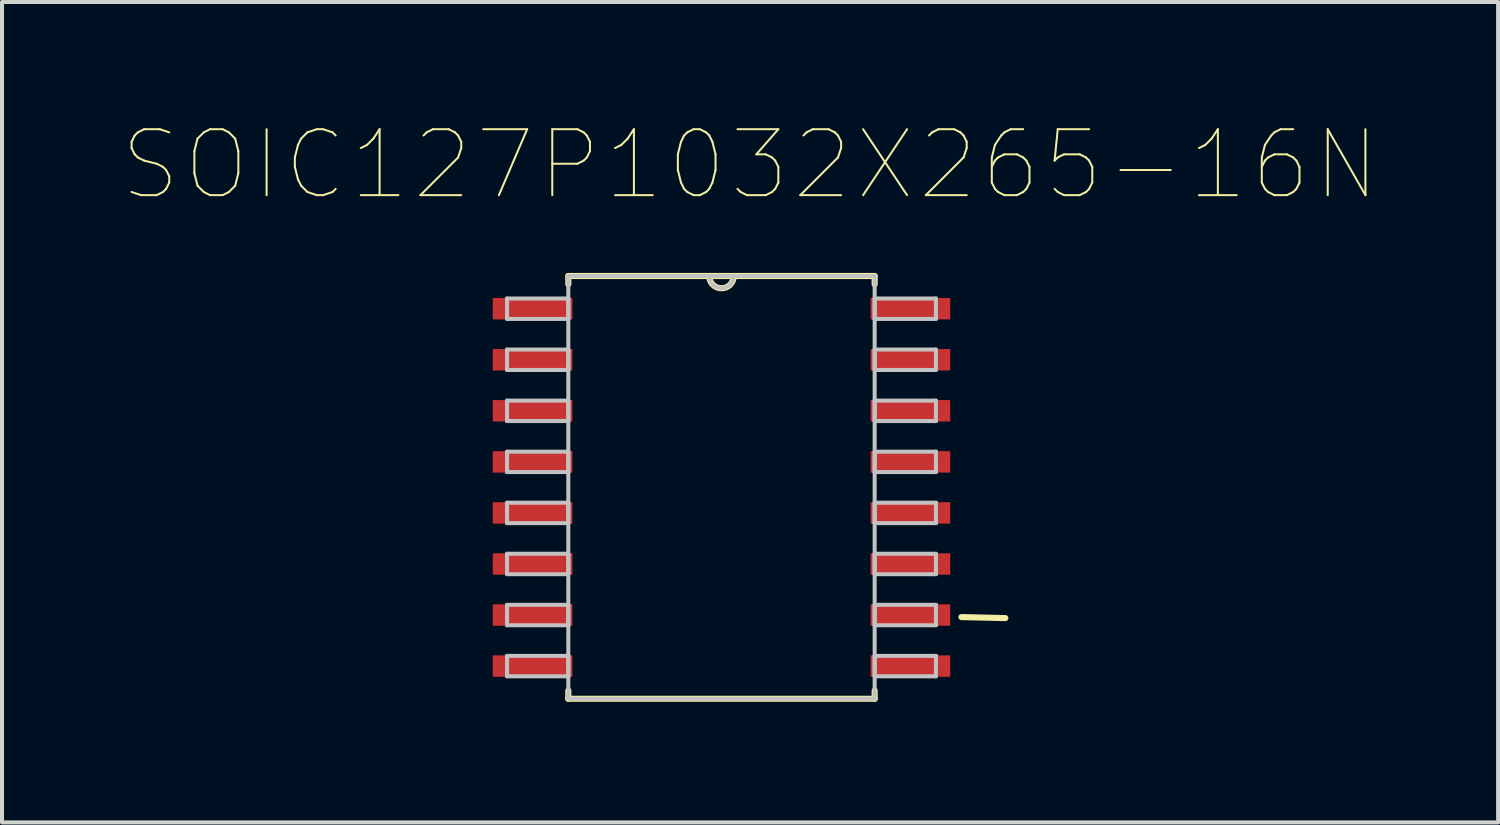
<source format=kicad_pcb>
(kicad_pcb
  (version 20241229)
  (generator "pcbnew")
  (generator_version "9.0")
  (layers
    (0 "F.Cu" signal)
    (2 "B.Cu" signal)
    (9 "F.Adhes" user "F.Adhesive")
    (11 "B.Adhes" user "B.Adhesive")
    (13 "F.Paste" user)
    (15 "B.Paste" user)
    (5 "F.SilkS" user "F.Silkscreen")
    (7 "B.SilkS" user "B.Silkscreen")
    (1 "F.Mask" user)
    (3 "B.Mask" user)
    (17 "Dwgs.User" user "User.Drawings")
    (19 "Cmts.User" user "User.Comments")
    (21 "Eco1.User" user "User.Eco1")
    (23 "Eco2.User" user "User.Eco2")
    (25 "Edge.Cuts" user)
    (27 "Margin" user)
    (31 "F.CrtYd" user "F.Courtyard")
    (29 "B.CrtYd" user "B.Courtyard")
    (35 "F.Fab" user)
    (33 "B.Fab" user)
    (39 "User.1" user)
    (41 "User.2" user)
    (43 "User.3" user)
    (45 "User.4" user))
  (footprint "SOIC127P1032X265-16N"
    (layer "F.Cu")
    (at 14.897 9.074)
    (property "Reference" "SOIC127P1032X265-16N" (at 0.711 -8.026 0) (layer "F.SilkS") (effects (font (size 1.64 1.64) (thickness 0.05))))
    (attr smd)
    (fp_line (start -3.81 -5.258) (end -3.81 -5.055) (stroke (width 0.152) (type solid)) (layer "F.SilkS"))
    (fp_line (start -3.81 5.055) (end -3.81 5.258) (stroke (width 0.152) (type solid)) (layer "F.SilkS"))
    (fp_line (start -3.81 5.258) (end 3.81 5.258) (stroke (width 0.152) (type solid)) (layer "F.SilkS"))
    (fp_line (start -0.305 -5.258) (end -3.81 -5.258) (stroke (width 0.152) (type solid)) (layer "F.SilkS"))
    (fp_line (start 0.305 -5.258) (end -0.305 -5.258) (stroke (width 0.152) (type solid)) (layer "F.SilkS"))
    (fp_line (start 3.81 -5.258) (end 0.305 -5.258) (stroke (width 0.152) (type solid)) (layer "F.SilkS"))
    (fp_line (start 3.81 -5.055) (end 3.81 -5.258) (stroke (width 0.152) (type solid)) (layer "F.SilkS"))
    (fp_line (start 3.81 5.258) (end 3.81 5.055) (stroke (width 0.152) (type solid)) (layer "F.SilkS"))
    (fp_line (start 5.969 3.226) (end 7.061 3.251) (stroke (width 0.152) (type solid)) (layer "F.SilkS"))
    (fp_arc (start 0.3048 -5.2578) (mid 0 -4.953) (end -0.3048 -5.2578) (stroke (width 0.1524) (type solid)) (layer "F.SilkS"))
    (fp_line (start -5.334 -4.699) (end -5.334 -4.191) (stroke (width 0.1) (type solid)) (layer "Dwgs.User"))
    (fp_line (start -5.334 -4.191) (end -3.81 -4.191) (stroke (width 0.1) (type solid)) (layer "Dwgs.User"))
    (fp_line (start -5.334 -3.429) (end -5.334 -2.921) (stroke (width 0.1) (type solid)) (layer "Dwgs.User"))
    (fp_line (start -5.334 -2.921) (end -3.81 -2.921) (stroke (width 0.1) (type solid)) (layer "Dwgs.User"))
    (fp_line (start -5.334 -2.159) (end -5.334 -1.651) (stroke (width 0.1) (type solid)) (layer "Dwgs.User"))
    (fp_line (start -5.334 -1.651) (end -3.81 -1.651) (stroke (width 0.1) (type solid)) (layer "Dwgs.User"))
    (fp_line (start -5.334 -0.889) (end -5.334 -0.381) (stroke (width 0.1) (type solid)) (layer "Dwgs.User"))
    (fp_line (start -5.334 -0.381) (end -3.81 -0.381) (stroke (width 0.1) (type solid)) (layer "Dwgs.User"))
    (fp_line (start -5.334 0.381) (end -5.334 0.889) (stroke (width 0.1) (type solid)) (layer "Dwgs.User"))
    (fp_line (start -5.334 0.889) (end -3.81 0.889) (stroke (width 0.1) (type solid)) (layer "Dwgs.User"))
    (fp_line (start -5.334 1.651) (end -5.334 2.159) (stroke (width 0.1) (type solid)) (layer "Dwgs.User"))
    (fp_line (start -5.334 2.159) (end -3.81 2.159) (stroke (width 0.1) (type solid)) (layer "Dwgs.User"))
    (fp_line (start -5.334 2.921) (end -5.334 3.429) (stroke (width 0.1) (type solid)) (layer "Dwgs.User"))
    (fp_line (start -5.334 3.429) (end -3.81 3.429) (stroke (width 0.1) (type solid)) (layer "Dwgs.User"))
    (fp_line (start -5.334 4.191) (end -5.334 4.699) (stroke (width 0.1) (type solid)) (layer "Dwgs.User"))
    (fp_line (start -5.334 4.699) (end -3.81 4.699) (stroke (width 0.1) (type solid)) (layer "Dwgs.User"))
    (fp_line (start -3.81 -5.258) (end -3.81 5.258) (stroke (width 0.1) (type solid)) (layer "Dwgs.User"))
    (fp_line (start -3.81 -4.699) (end -5.334 -4.699) (stroke (width 0.1) (type solid)) (layer "Dwgs.User"))
    (fp_line (start -3.81 -4.191) (end -3.81 -4.699) (stroke (width 0.1) (type solid)) (layer "Dwgs.User"))
    (fp_line (start -3.81 -3.429) (end -5.334 -3.429) (stroke (width 0.1) (type solid)) (layer "Dwgs.User"))
    (fp_line (start -3.81 -2.921) (end -3.81 -3.429) (stroke (width 0.1) (type solid)) (layer "Dwgs.User"))
    (fp_line (start -3.81 -2.159) (end -5.334 -2.159) (stroke (width 0.1) (type solid)) (layer "Dwgs.User"))
    (fp_line (start -3.81 -1.651) (end -3.81 -2.159) (stroke (width 0.1) (type solid)) (layer "Dwgs.User"))
    (fp_line (start -3.81 -0.889) (end -5.334 -0.889) (stroke (width 0.1) (type solid)) (layer "Dwgs.User"))
    (fp_line (start -3.81 -0.381) (end -3.81 -0.889) (stroke (width 0.1) (type solid)) (layer "Dwgs.User"))
    (fp_line (start -3.81 0.381) (end -5.334 0.381) (stroke (width 0.1) (type solid)) (layer "Dwgs.User"))
    (fp_line (start -3.81 0.889) (end -3.81 0.381) (stroke (width 0.1) (type solid)) (layer "Dwgs.User"))
    (fp_line (start -3.81 1.651) (end -5.334 1.651) (stroke (width 0.1) (type solid)) (layer "Dwgs.User"))
    (fp_line (start -3.81 2.159) (end -3.81 1.651) (stroke (width 0.1) (type solid)) (layer "Dwgs.User"))
    (fp_line (start -3.81 2.921) (end -5.334 2.921) (stroke (width 0.1) (type solid)) (layer "Dwgs.User"))
    (fp_line (start -3.81 3.429) (end -3.81 2.921) (stroke (width 0.1) (type solid)) (layer "Dwgs.User"))
    (fp_line (start -3.81 4.191) (end -5.334 4.191) (stroke (width 0.1) (type solid)) (layer "Dwgs.User"))
    (fp_line (start -3.81 4.699) (end -3.81 4.191) (stroke (width 0.1) (type solid)) (layer "Dwgs.User"))
    (fp_line (start -3.81 5.258) (end 3.81 5.258) (stroke (width 0.1) (type solid)) (layer "Dwgs.User"))
    (fp_line (start -0.305 -5.258) (end -3.81 -5.258) (stroke (width 0.1) (type solid)) (layer "Dwgs.User"))
    (fp_line (start 0.305 -5.258) (end -0.305 -5.258) (stroke (width 0.1) (type solid)) (layer "Dwgs.User"))
    (fp_line (start 3.81 -5.258) (end 0.305 -5.258) (stroke (width 0.1) (type solid)) (layer "Dwgs.User"))
    (fp_line (start 3.81 -4.699) (end 3.81 -4.191) (stroke (width 0.1) (type solid)) (layer "Dwgs.User"))
    (fp_line (start 3.81 -4.191) (end 5.334 -4.191) (stroke (width 0.1) (type solid)) (layer "Dwgs.User"))
    (fp_line (start 3.81 -3.429) (end 3.81 -2.921) (stroke (width 0.1) (type solid)) (layer "Dwgs.User"))
    (fp_line (start 3.81 -2.921) (end 5.334 -2.921) (stroke (width 0.1) (type solid)) (layer "Dwgs.User"))
    (fp_line (start 3.81 -2.159) (end 3.81 -1.651) (stroke (width 0.1) (type solid)) (layer "Dwgs.User"))
    (fp_line (start 3.81 -1.651) (end 5.334 -1.651) (stroke (width 0.1) (type solid)) (layer "Dwgs.User"))
    (fp_line (start 3.81 -0.889) (end 3.81 -0.381) (stroke (width 0.1) (type solid)) (layer "Dwgs.User"))
    (fp_line (start 3.81 -0.381) (end 5.334 -0.381) (stroke (width 0.1) (type solid)) (layer "Dwgs.User"))
    (fp_line (start 3.81 0.381) (end 3.81 0.889) (stroke (width 0.1) (type solid)) (layer "Dwgs.User"))
    (fp_line (start 3.81 0.889) (end 5.334 0.889) (stroke (width 0.1) (type solid)) (layer "Dwgs.User"))
    (fp_line (start 3.81 1.651) (end 3.81 2.159) (stroke (width 0.1) (type solid)) (layer "Dwgs.User"))
    (fp_line (start 3.81 2.159) (end 5.334 2.159) (stroke (width 0.1) (type solid)) (layer "Dwgs.User"))
    (fp_line (start 3.81 2.921) (end 3.81 3.429) (stroke (width 0.1) (type solid)) (layer "Dwgs.User"))
    (fp_line (start 3.81 3.429) (end 5.334 3.429) (stroke (width 0.1) (type solid)) (layer "Dwgs.User"))
    (fp_line (start 3.81 4.191) (end 3.81 4.699) (stroke (width 0.1) (type solid)) (layer "Dwgs.User"))
    (fp_line (start 3.81 4.699) (end 5.334 4.699) (stroke (width 0.1) (type solid)) (layer "Dwgs.User"))
    (fp_line (start 3.81 5.258) (end 3.81 -5.258) (stroke (width 0.1) (type solid)) (layer "Dwgs.User"))
    (fp_line (start 5.334 -4.699) (end 3.81 -4.699) (stroke (width 0.1) (type solid)) (layer "Dwgs.User"))
    (fp_line (start 5.334 -4.191) (end 5.334 -4.699) (stroke (width 0.1) (type solid)) (layer "Dwgs.User"))
    (fp_line (start 5.334 -3.429) (end 3.81 -3.429) (stroke (width 0.1) (type solid)) (layer "Dwgs.User"))
    (fp_line (start 5.334 -2.921) (end 5.334 -3.429) (stroke (width 0.1) (type solid)) (layer "Dwgs.User"))
    (fp_line (start 5.334 -2.159) (end 3.81 -2.159) (stroke (width 0.1) (type solid)) (layer "Dwgs.User"))
    (fp_line (start 5.334 -1.651) (end 5.334 -2.159) (stroke (width 0.1) (type solid)) (layer "Dwgs.User"))
    (fp_line (start 5.334 -0.889) (end 3.81 -0.889) (stroke (width 0.1) (type solid)) (layer "Dwgs.User"))
    (fp_line (start 5.334 -0.381) (end 5.334 -0.889) (stroke (width 0.1) (type solid)) (layer "Dwgs.User"))
    (fp_line (start 5.334 0.381) (end 3.81 0.381) (stroke (width 0.1) (type solid)) (layer "Dwgs.User"))
    (fp_line (start 5.334 0.889) (end 5.334 0.381) (stroke (width 0.1) (type solid)) (layer "Dwgs.User"))
    (fp_line (start 5.334 1.651) (end 3.81 1.651) (stroke (width 0.1) (type solid)) (layer "Dwgs.User"))
    (fp_line (start 5.334 2.159) (end 5.334 1.651) (stroke (width 0.1) (type solid)) (layer "Dwgs.User"))
    (fp_line (start 5.334 2.921) (end 3.81 2.921) (stroke (width 0.1) (type solid)) (layer "Dwgs.User"))
    (fp_line (start 5.334 3.429) (end 5.334 2.921) (stroke (width 0.1) (type solid)) (layer "Dwgs.User"))
    (fp_line (start 5.334 4.191) (end 3.81 4.191) (stroke (width 0.1) (type solid)) (layer "Dwgs.User"))
    (fp_line (start 5.334 4.699) (end 5.334 4.191) (stroke (width 0.1) (type solid)) (layer "Dwgs.User"))
    (fp_arc (start 0.3048 -5.2578) (mid 0 -4.953) (end -0.3048 -5.2578) (stroke (width 0.1) (type solid)) (layer "Dwgs.User"))
    (pad "1" smd rect (at -4.699 -4.445) (size 1.981 0.533) (layers "F.Cu" "F.Mask" "F.Paste"))
    (pad "2" smd rect (at -4.699 -3.175) (size 1.981 0.533) (layers "F.Cu" "F.Mask" "F.Paste"))
    (pad "3" smd rect (at -4.699 -1.905) (size 1.981 0.533) (layers "F.Cu" "F.Mask" "F.Paste"))
    (pad "4" smd rect (at -4.699 -0.635) (size 1.981 0.533) (layers "F.Cu" "F.Mask" "F.Paste"))
    (pad "5" smd rect (at -4.699 0.635) (size 1.981 0.533) (layers "F.Cu" "F.Mask" "F.Paste"))
    (pad "6" smd rect (at -4.699 1.905) (size 1.981 0.533) (layers "F.Cu" "F.Mask" "F.Paste"))
    (pad "7" smd rect (at -4.699 3.175) (size 1.981 0.533) (layers "F.Cu" "F.Mask" "F.Paste"))
    (pad "8" smd rect (at -4.699 4.445) (size 1.981 0.533) (layers "F.Cu" "F.Mask" "F.Paste"))
    (pad "9" smd rect (at 4.699 4.445) (size 1.981 0.533) (layers "F.Cu" "F.Mask" "F.Paste"))
    (pad "10" smd rect (at 4.699 3.175) (size 1.981 0.533) (layers "F.Cu" "F.Mask" "F.Paste"))
    (pad "11" smd rect (at 4.699 1.905) (size 1.981 0.533) (layers "F.Cu" "F.Mask" "F.Paste"))
    (pad "12" smd rect (at 4.699 0.635) (size 1.981 0.533) (layers "F.Cu" "F.Mask" "F.Paste"))
    (pad "13" smd rect (at 4.699 -0.635) (size 1.981 0.533) (layers "F.Cu" "F.Mask" "F.Paste"))
    (pad "14" smd rect (at 4.699 -1.905) (size 1.981 0.533) (layers "F.Cu" "F.Mask" "F.Paste"))
    (pad "15" smd rect (at 4.699 -3.175) (size 1.981 0.533) (layers "F.Cu" "F.Mask" "F.Paste"))
    (pad "16" smd rect (at 4.699 -4.445) (size 1.981 0.533) (layers "F.Cu" "F.Mask" "F.Paste")))
  (gr_rect
    (start -3 -3)
    (end 34.216 17.408)
    (stroke (width 0.1) (type default))
    (fill no)
    (layer "Edge.Cuts")))
</source>
